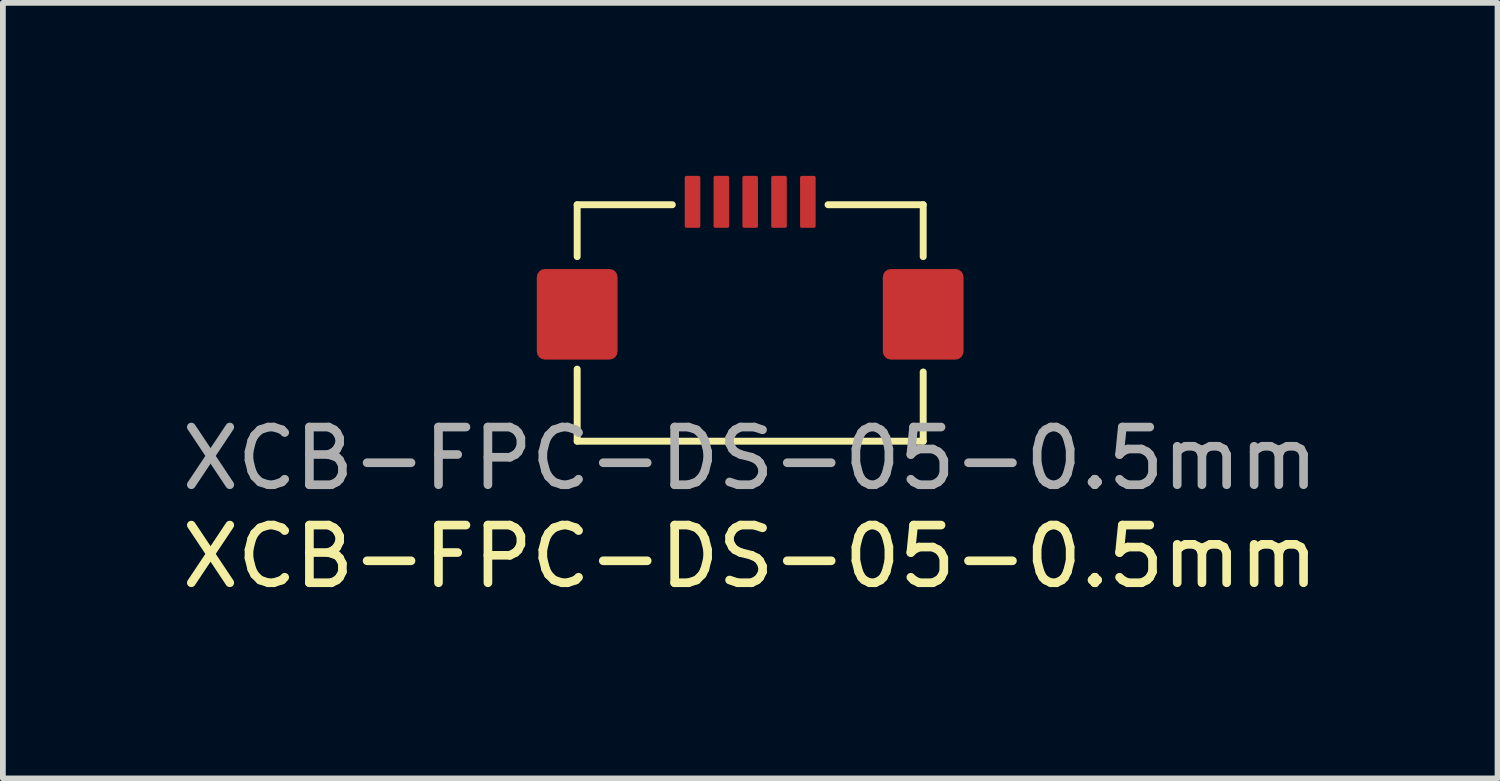
<source format=kicad_pcb>
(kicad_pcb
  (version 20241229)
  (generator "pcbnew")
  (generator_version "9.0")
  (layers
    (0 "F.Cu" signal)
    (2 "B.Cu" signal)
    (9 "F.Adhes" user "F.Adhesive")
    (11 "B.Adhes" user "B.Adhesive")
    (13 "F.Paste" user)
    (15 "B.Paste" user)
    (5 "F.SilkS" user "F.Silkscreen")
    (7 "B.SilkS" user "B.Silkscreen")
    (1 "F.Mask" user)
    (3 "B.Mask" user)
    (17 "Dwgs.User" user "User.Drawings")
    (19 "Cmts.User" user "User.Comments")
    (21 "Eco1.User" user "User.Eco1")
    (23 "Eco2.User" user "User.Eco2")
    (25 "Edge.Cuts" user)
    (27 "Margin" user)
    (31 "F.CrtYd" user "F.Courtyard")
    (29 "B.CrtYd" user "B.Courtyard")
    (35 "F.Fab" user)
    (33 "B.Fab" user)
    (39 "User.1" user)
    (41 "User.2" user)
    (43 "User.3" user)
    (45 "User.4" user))
  (footprint "XCB-FPC-DS-05-0.5mm"
    (layer "F.Cu")
    (at 9.958 2.4)
    (property "Reference" "XCB-FPC-DS-05-0.5mm" (at 0 4.2 0) (unlocked yes) (layer "F.SilkS") (effects (font (size 1 1) (thickness 0.15))))
    (attr smd)
    (fp_line (start -3 -1.9) (end -1.35 -1.9) (stroke (width 0.12) (type solid)) (layer "F.SilkS"))
    (fp_line (start -3 -1) (end -3 -1.9) (stroke (width 0.12) (type solid)) (layer "F.SilkS"))
    (fp_line (start -3 0.95) (end -3 2.2) (stroke (width 0.12) (type solid)) (layer "F.SilkS"))
    (fp_line (start -3 2.2) (end 3 2.2) (stroke (width 0.12) (type solid)) (layer "F.SilkS"))
    (fp_line (start 1.35 -1.9) (end 3 -1.9) (stroke (width 0.12) (type solid)) (layer "F.SilkS"))
    (fp_line (start 3 -1.9) (end 3 -1) (stroke (width 0.12) (type solid)) (layer "F.SilkS"))
    (fp_line (start 3 2.2) (end 3 1) (stroke (width 0.12) (type solid)) (layer "F.SilkS"))
    (fp_text user "${REFERENCE}" (at 0 2.5 0) (unlocked yes) (layer "F.Fab") (effects (font (size 1 1) (thickness 0.15))))
    (pad "1" smd roundrect (at -1 -1.95 180) (size 0.27 0.9) (layers "F.Cu" "F.Mask" "F.Paste") (roundrect_rratio 0.1))
    (pad "2" smd roundrect (at -0.5 -1.95 180) (size 0.27 0.9) (layers "F.Cu" "F.Mask" "F.Paste") (roundrect_rratio 0.1))
    (pad "3" smd roundrect (at 0 -1.95 180) (size 0.27 0.9) (layers "F.Cu" "F.Mask" "F.Paste") (roundrect_rratio 0.1))
    (pad "4" smd roundrect (at 0.5 -1.95 180) (size 0.27 0.9) (layers "F.Cu" "F.Mask" "F.Paste") (roundrect_rratio 0.1))
    (pad "5" smd roundrect (at 1 -1.95 180) (size 0.27 0.9) (layers "F.Cu" "F.Mask" "F.Paste") (roundrect_rratio 0.1))
    (pad "6" smd roundrect (at -3 0 180) (size 1.4 1.57) (layers "F.Cu" "F.Mask" "F.Paste") (roundrect_rratio 0.1))
    (pad "6" smd roundrect (at 3 0 180) (size 1.4 1.57) (layers "F.Cu" "F.Mask" "F.Paste") (roundrect_rratio 0.1)))
  (gr_rect
    (start -3 -3)
    (end 22.917 10.448)
    (stroke (width 0.1) (type default))
    (fill no)
    (layer "Edge.Cuts")))
</source>
